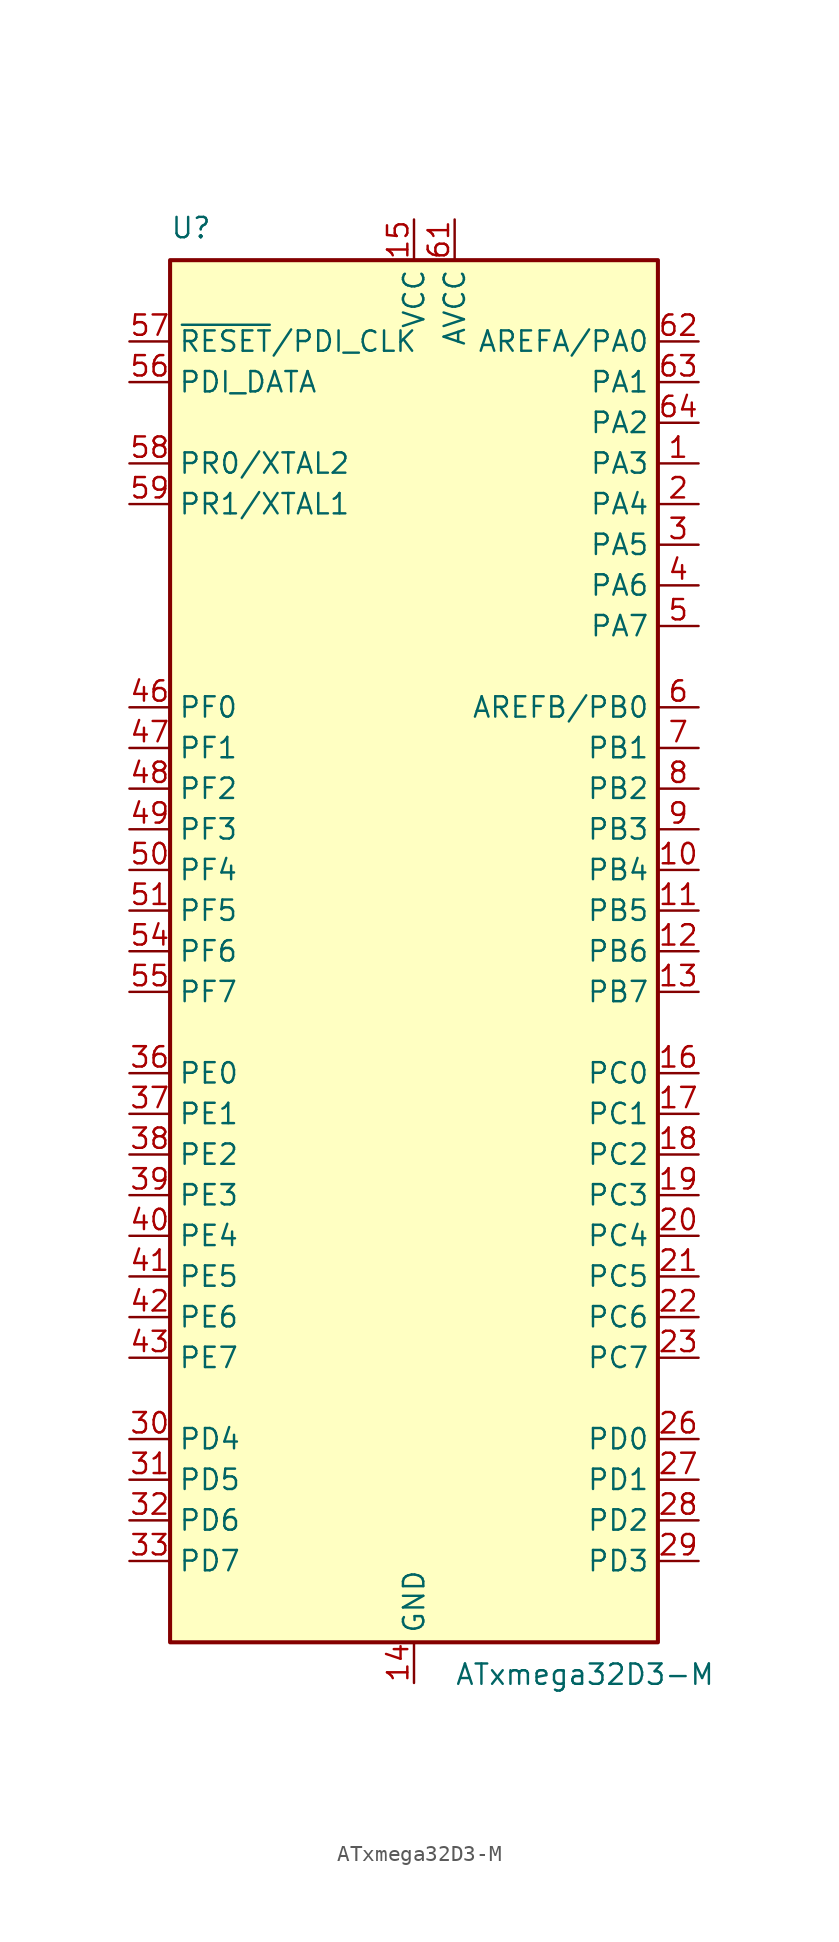
<source format=kicad_sym>
(kicad_symbol_lib
  (version 20201005)
  (generator kicad_symbol_editor)
  (symbol "ATxmega32D3-M"
    (property "Reference" "U"
      (at -15.24 44.45 0)
      (effects (font (size 1.27 1.27)) (justify left bottom)))
    (property "Value" "ATxmega32D3-M"
      (at 2.54 -44.45 0)
      (effects (font (size 1.27 1.27)) (justify left top)))
    (symbol "ATxmega32D3-M_0_1"
      (rectangle (start -15.24 -43.18) (end 15.24 43.18) (stroke (width 0.254)) (fill (type background))))
    (symbol "ATxmega32D3-M_1_1"
      (pin bidirectional line (at 17.78 30.48 180) (length 2.54) (name "PA3" (effects (font (size 1.27 1.27)))) (number "1" (effects (font (size 1.27 1.27)))))
      (pin bidirectional line (at 17.78 5.08 180) (length 2.54) (name "PB4" (effects (font (size 1.27 1.27)))) (number "10" (effects (font (size 1.27 1.27)))))
      (pin bidirectional line (at 17.78 2.54 180) (length 2.54) (name "PB5" (effects (font (size 1.27 1.27)))) (number "11" (effects (font (size 1.27 1.27)))))
      (pin bidirectional line (at 17.78 0 180) (length 2.54) (name "PB6" (effects (font (size 1.27 1.27)))) (number "12" (effects (font (size 1.27 1.27)))))
      (pin bidirectional line (at 17.78 -2.54 180) (length 2.54) (name "PB7" (effects (font (size 1.27 1.27)))) (number "13" (effects (font (size 1.27 1.27)))))
      (pin power_in line (at 0 -45.72 90) (length 2.54) (name "GND" (effects (font (size 1.27 1.27)))) (number "14" (effects (font (size 1.27 1.27)))))
      (pin power_in line (at 0 45.72 270) (length 2.54) (name "VCC" (effects (font (size 1.27 1.27)))) (number "15" (effects (font (size 1.27 1.27)))))
      (pin bidirectional line (at 17.78 -7.62 180) (length 2.54) (name "PC0" (effects (font (size 1.27 1.27)))) (number "16" (effects (font (size 1.27 1.27)))))
      (pin bidirectional line (at 17.78 -10.16 180) (length 2.54) (name "PC1" (effects (font (size 1.27 1.27)))) (number "17" (effects (font (size 1.27 1.27)))))
      (pin bidirectional line (at 17.78 -12.7 180) (length 2.54) (name "PC2" (effects (font (size 1.27 1.27)))) (number "18" (effects (font (size 1.27 1.27)))))
      (pin bidirectional line (at 17.78 -15.24 180) (length 2.54) (name "PC3" (effects (font (size 1.27 1.27)))) (number "19" (effects (font (size 1.27 1.27)))))
      (pin bidirectional line (at 17.78 27.94 180) (length 2.54) (name "PA4" (effects (font (size 1.27 1.27)))) (number "2" (effects (font (size 1.27 1.27)))))
      (pin bidirectional line (at 17.78 -17.78 180) (length 2.54) (name "PC4" (effects (font (size 1.27 1.27)))) (number "20" (effects (font (size 1.27 1.27)))))
      (pin bidirectional line (at 17.78 -20.32 180) (length 2.54) (name "PC5" (effects (font (size 1.27 1.27)))) (number "21" (effects (font (size 1.27 1.27)))))
      (pin bidirectional line (at 17.78 -22.86 180) (length 2.54) (name "PC6" (effects (font (size 1.27 1.27)))) (number "22" (effects (font (size 1.27 1.27)))))
      (pin bidirectional line (at 17.78 -25.4 180) (length 2.54) (name "PC7" (effects (font (size 1.27 1.27)))) (number "23" (effects (font (size 1.27 1.27)))))
      (pin passive line (at 0 -45.72 90) (length 2.54) hide (name "GND" (effects (font (size 1.27 1.27)))) (number "24" (effects (font (size 1.27 1.27)))))
      (pin passive line (at 0 45.72 270) (length 2.54) hide (name "VCC" (effects (font (size 1.27 1.27)))) (number "25" (effects (font (size 1.27 1.27)))))
      (pin bidirectional line (at 17.78 -30.48 180) (length 2.54) (name "PD0" (effects (font (size 1.27 1.27)))) (number "26" (effects (font (size 1.27 1.27)))))
      (pin bidirectional line (at 17.78 -33.02 180) (length 2.54) (name "PD1" (effects (font (size 1.27 1.27)))) (number "27" (effects (font (size 1.27 1.27)))))
      (pin bidirectional line (at 17.78 -35.56 180) (length 2.54) (name "PD2" (effects (font (size 1.27 1.27)))) (number "28" (effects (font (size 1.27 1.27)))))
      (pin bidirectional line (at 17.78 -38.1 180) (length 2.54) (name "PD3" (effects (font (size 1.27 1.27)))) (number "29" (effects (font (size 1.27 1.27)))))
      (pin bidirectional line (at 17.78 25.4 180) (length 2.54) (name "PA5" (effects (font (size 1.27 1.27)))) (number "3" (effects (font (size 1.27 1.27)))))
      (pin bidirectional line (at -17.78 -30.48 0) (length 2.54) (name "PD4" (effects (font (size 1.27 1.27)))) (number "30" (effects (font (size 1.27 1.27)))))
      (pin bidirectional line (at -17.78 -33.02 0) (length 2.54) (name "PD5" (effects (font (size 1.27 1.27)))) (number "31" (effects (font (size 1.27 1.27)))))
      (pin bidirectional line (at -17.78 -35.56 0) (length 2.54) (name "PD6" (effects (font (size 1.27 1.27)))) (number "32" (effects (font (size 1.27 1.27)))))
      (pin bidirectional line (at -17.78 -38.1 0) (length 2.54) (name "PD7" (effects (font (size 1.27 1.27)))) (number "33" (effects (font (size 1.27 1.27)))))
      (pin passive line (at 0 -45.72 90) (length 2.54) hide (name "GND" (effects (font (size 1.27 1.27)))) (number "34" (effects (font (size 1.27 1.27)))))
      (pin passive line (at 0 45.72 270) (length 2.54) hide (name "VCC" (effects (font (size 1.27 1.27)))) (number "35" (effects (font (size 1.27 1.27)))))
      (pin bidirectional line (at -17.78 -7.62 0) (length 2.54) (name "PE0" (effects (font (size 1.27 1.27)))) (number "36" (effects (font (size 1.27 1.27)))))
      (pin bidirectional line (at -17.78 -10.16 0) (length 2.54) (name "PE1" (effects (font (size 1.27 1.27)))) (number "37" (effects (font (size 1.27 1.27)))))
      (pin bidirectional line (at -17.78 -12.7 0) (length 2.54) (name "PE2" (effects (font (size 1.27 1.27)))) (number "38" (effects (font (size 1.27 1.27)))))
      (pin bidirectional line (at -17.78 -15.24 0) (length 2.54) (name "PE3" (effects (font (size 1.27 1.27)))) (number "39" (effects (font (size 1.27 1.27)))))
      (pin bidirectional line (at 17.78 22.86 180) (length 2.54) (name "PA6" (effects (font (size 1.27 1.27)))) (number "4" (effects (font (size 1.27 1.27)))))
      (pin bidirectional line (at -17.78 -17.78 0) (length 2.54) (name "PE4" (effects (font (size 1.27 1.27)))) (number "40" (effects (font (size 1.27 1.27)))))
      (pin bidirectional line (at -17.78 -20.32 0) (length 2.54) (name "PE5" (effects (font (size 1.27 1.27)))) (number "41" (effects (font (size 1.27 1.27)))))
      (pin bidirectional line (at -17.78 -22.86 0) (length 2.54) (name "PE6" (effects (font (size 1.27 1.27)))) (number "42" (effects (font (size 1.27 1.27)))))
      (pin bidirectional line (at -17.78 -25.4 0) (length 2.54) (name "PE7" (effects (font (size 1.27 1.27)))) (number "43" (effects (font (size 1.27 1.27)))))
      (pin passive line (at 0 -45.72 90) (length 2.54) hide (name "GND" (effects (font (size 1.27 1.27)))) (number "44" (effects (font (size 1.27 1.27)))))
      (pin passive line (at 0 45.72 270) (length 2.54) hide (name "VCC" (effects (font (size 1.27 1.27)))) (number "45" (effects (font (size 1.27 1.27)))))
      (pin bidirectional line (at -17.78 15.24 0) (length 2.54) (name "PF0" (effects (font (size 1.27 1.27)))) (number "46" (effects (font (size 1.27 1.27)))))
      (pin bidirectional line (at -17.78 12.7 0) (length 2.54) (name "PF1" (effects (font (size 1.27 1.27)))) (number "47" (effects (font (size 1.27 1.27)))))
      (pin bidirectional line (at -17.78 10.16 0) (length 2.54) (name "PF2" (effects (font (size 1.27 1.27)))) (number "48" (effects (font (size 1.27 1.27)))))
      (pin bidirectional line (at -17.78 7.62 0) (length 2.54) (name "PF3" (effects (font (size 1.27 1.27)))) (number "49" (effects (font (size 1.27 1.27)))))
      (pin bidirectional line (at 17.78 20.32 180) (length 2.54) (name "PA7" (effects (font (size 1.27 1.27)))) (number "5" (effects (font (size 1.27 1.27)))))
      (pin bidirectional line (at -17.78 5.08 0) (length 2.54) (name "PF4" (effects (font (size 1.27 1.27)))) (number "50" (effects (font (size 1.27 1.27)))))
      (pin bidirectional line (at -17.78 2.54 0) (length 2.54) (name "PF5" (effects (font (size 1.27 1.27)))) (number "51" (effects (font (size 1.27 1.27)))))
      (pin passive line (at 0 -45.72 90) (length 2.54) hide (name "GND" (effects (font (size 1.27 1.27)))) (number "52" (effects (font (size 1.27 1.27)))))
      (pin passive line (at 0 45.72 270) (length 2.54) hide (name "VCC" (effects (font (size 1.27 1.27)))) (number "53" (effects (font (size 1.27 1.27)))))
      (pin bidirectional line (at -17.78 0 0) (length 2.54) (name "PF6" (effects (font (size 1.27 1.27)))) (number "54" (effects (font (size 1.27 1.27)))))
      (pin bidirectional line (at -17.78 -2.54 0) (length 2.54) (name "PF7" (effects (font (size 1.27 1.27)))) (number "55" (effects (font (size 1.27 1.27)))))
      (pin bidirectional line (at -17.78 35.56 0) (length 2.54) (name "PDI_DATA" (effects (font (size 1.27 1.27)))) (number "56" (effects (font (size 1.27 1.27)))))
      (pin input line (at -17.78 38.1 0) (length 2.54) (name "~RESET~/PDI_CLK" (effects (font (size 1.27 1.27)))) (number "57" (effects (font (size 1.27 1.27)))))
      (pin bidirectional line (at -17.78 30.48 0) (length 2.54) (name "PR0/XTAL2" (effects (font (size 1.27 1.27)))) (number "58" (effects (font (size 1.27 1.27)))))
      (pin bidirectional line (at -17.78 27.94 0) (length 2.54) (name "PR1/XTAL1" (effects (font (size 1.27 1.27)))) (number "59" (effects (font (size 1.27 1.27)))))
      (pin bidirectional line (at 17.78 15.24 180) (length 2.54) (name "AREFB/PB0" (effects (font (size 1.27 1.27)))) (number "6" (effects (font (size 1.27 1.27)))))
      (pin passive line (at 0 -45.72 90) (length 2.54) hide (name "GND" (effects (font (size 1.27 1.27)))) (number "60" (effects (font (size 1.27 1.27)))))
      (pin power_in line (at 2.54 45.72 270) (length 2.54) (name "AVCC" (effects (font (size 1.27 1.27)))) (number "61" (effects (font (size 1.27 1.27)))))
      (pin bidirectional line (at 17.78 38.1 180) (length 2.54) (name "AREFA/PA0" (effects (font (size 1.27 1.27)))) (number "62" (effects (font (size 1.27 1.27)))))
      (pin bidirectional line (at 17.78 35.56 180) (length 2.54) (name "PA1" (effects (font (size 1.27 1.27)))) (number "63" (effects (font (size 1.27 1.27)))))
      (pin bidirectional line (at 17.78 33.02 180) (length 2.54) (name "PA2" (effects (font (size 1.27 1.27)))) (number "64" (effects (font (size 1.27 1.27)))))
      (pin passive line (at 0 -45.72 90) (length 2.54) hide (name "GND" (effects (font (size 1.27 1.27)))) (number "65" (effects (font (size 1.27 1.27)))))
      (pin bidirectional line (at 17.78 12.7 180) (length 2.54) (name "PB1" (effects (font (size 1.27 1.27)))) (number "7" (effects (font (size 1.27 1.27)))))
      (pin bidirectional line (at 17.78 10.16 180) (length 2.54) (name "PB2" (effects (font (size 1.27 1.27)))) (number "8" (effects (font (size 1.27 1.27)))))
      (pin bidirectional line (at 17.78 7.62 180) (length 2.54) (name "PB3" (effects (font (size 1.27 1.27)))) (number "9" (effects (font (size 1.27 1.27))))))))
</source>
